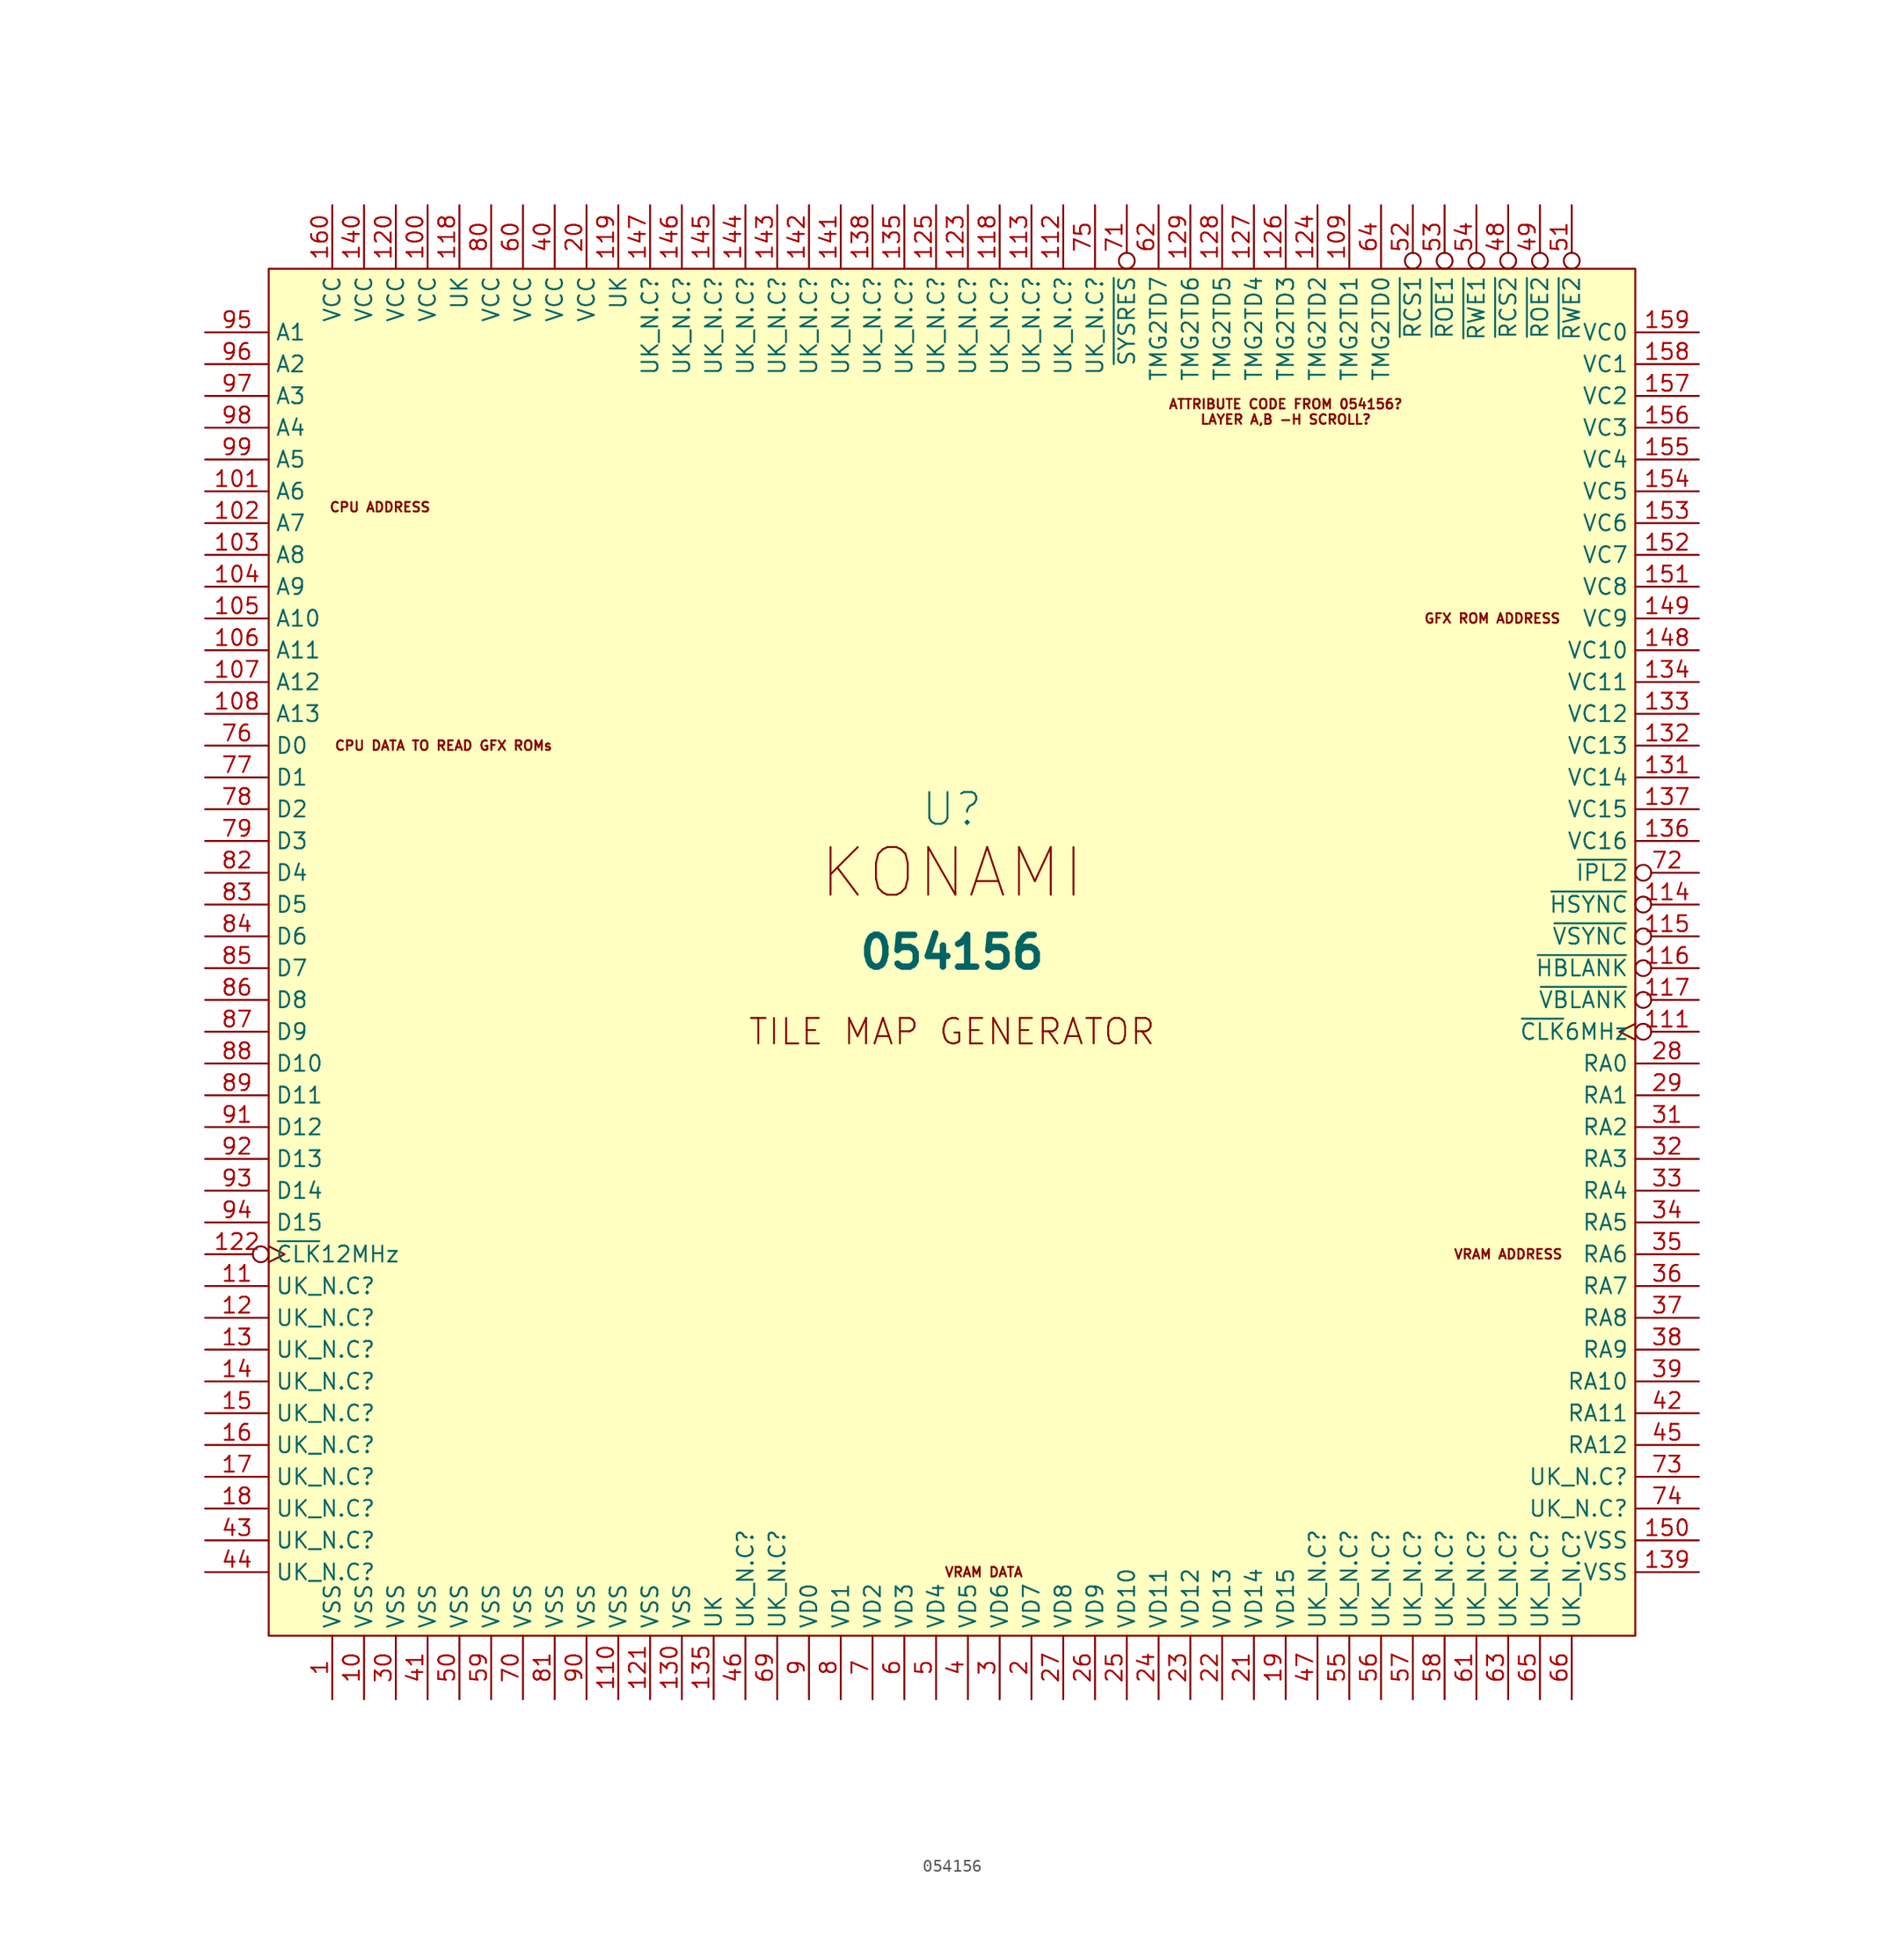
<source format=kicad_sym>
(kicad_symbol_lib
  (version 20231120)
  (generator "kicad_symbol_editor")
  (generator_version "8.0")
  (symbol "054156"
    (property "Reference" "U"
      (at 0 11.43 0)
      (effects (font (size 2.54 2.54))))
    (property "Value" "054156"
      (at 0 0 0)
      (effects (font (size 2.54 2.54) (bold yes))))
    (symbol "054156_0_0"
      (text "CPU ADDRESS" (at -45.72 35.56 0) (effects (font (size 0.762 0.762))))
      (text "CPU DATA TO READ GFX ROMs" (at -40.64 16.51 0) (effects (font (size 0.762 0.762)))))
    (symbol "054156_0_1"
      (rectangle (start -54.61 54.61) (end 54.61 -54.61) (stroke (width 0.152) (type default)) (fill (type background))))
    (symbol "054156_1_0"
      (text "GFX ROM ADDRESS" (at 43.18 26.67 0) (effects (font (size 0.762 0.762))))
      (text "KONAMI" (at 0 6.35 0) (effects (font (size 3.81 3.81))))
      (text "TILE MAP GENERATOR" (at 0 -6.35 0) (effects (font (size 2.032 2.032))))
      (text "VRAM ADDRESS" (at 44.45 -24.13 0) (effects (font (size 0.762 0.762))))
      (text "VRAM DATA" (at 2.54 -49.53 0) (effects (font (size 0.762 0.762)))))
    (symbol "054156_1_1"
      (text "ATTRIBUTE CODE FROM 054156?\nLAYER A,B -H SCROLL?" (at 26.67 43.18 0) (effects (font (size 0.762 0.762))))
      (pin power_in line (at -49.53 -59.69 90) (length 5.08) (name "VSS" (effects (font (size 1.27 1.27)))) (number "1" (effects (font (size 1.27 1.27)))))
      (pin power_in line (at -46.99 -59.69 90) (length 5.08) (name "VSS" (effects (font (size 1.27 1.27)))) (number "10" (effects (font (size 1.27 1.27)))))
      (pin power_in line (at -41.91 59.69 270) (length 5.08) (name "VCC" (effects (font (size 1.27 1.27)))) (number "100" (effects (font (size 1.27 1.27)))))
      (pin input line (at -59.69 36.83 0) (length 5.08) (name "A6" (effects (font (size 1.27 1.27)))) (number "101" (effects (font (size 1.27 1.27)))))
      (pin input line (at -59.69 34.29 0) (length 5.08) (name "A7" (effects (font (size 1.27 1.27)))) (number "102" (effects (font (size 1.27 1.27)))))
      (pin input line (at -59.69 31.75 0) (length 5.08) (name "A8" (effects (font (size 1.27 1.27)))) (number "103" (effects (font (size 1.27 1.27)))))
      (pin input line (at -59.69 29.21 0) (length 5.08) (name "A9" (effects (font (size 1.27 1.27)))) (number "104" (effects (font (size 1.27 1.27)))))
      (pin input line (at -59.69 26.67 0) (length 5.08) (name "A10" (effects (font (size 1.27 1.27)))) (number "105" (effects (font (size 1.27 1.27)))))
      (pin input line (at -59.69 24.13 0) (length 5.08) (name "A11" (effects (font (size 1.27 1.27)))) (number "106" (effects (font (size 1.27 1.27)))))
      (pin input line (at -59.69 21.59 0) (length 5.08) (name "A12" (effects (font (size 1.27 1.27)))) (number "107" (effects (font (size 1.27 1.27)))))
      (pin input line (at -59.69 19.05 0) (length 5.08) (name "A13" (effects (font (size 1.27 1.27)))) (number "108" (effects (font (size 1.27 1.27)))))
      (pin output line (at 31.75 59.69 270) (length 5.08) (name "TMG2TD1" (effects (font (size 1.27 1.27)))) (number "109" (effects (font (size 1.27 1.27)))))
      (pin bidirectional line (at -59.69 -26.67 0) (length 5.08) (name "UK_N.C?" (effects (font (size 1.27 1.27)))) (number "11" (effects (font (size 1.27 1.27)))))
      (pin power_in line (at -26.67 -59.69 90) (length 5.08) (name "VSS" (effects (font (size 1.27 1.27)))) (number "110" (effects (font (size 1.27 1.27)))))
      (pin output inverted_clock (at 59.69 -6.35 180) (length 5.08) (name "~{CLK}6MHz" (effects (font (size 1.27 1.27)))) (number "111" (effects (font (size 1.27 1.27)))))
      (pin bidirectional line (at 8.89 59.69 270) (length 5.08) (name "UK_N.C?" (effects (font (size 1.27 1.27)))) (number "112" (effects (font (size 1.27 1.27)))))
      (pin bidirectional line (at 6.35 59.69 270) (length 5.08) (name "UK_N.C?" (effects (font (size 1.27 1.27)))) (number "113" (effects (font (size 1.27 1.27)))))
      (pin output inverted (at 59.69 3.81 180) (length 5.08) (name "~{HSYNC}" (effects (font (size 1.27 1.27)))) (number "114" (effects (font (size 1.27 1.27)))))
      (pin output inverted (at 59.69 1.27 180) (length 5.08) (name "~{VSYNC}" (effects (font (size 1.27 1.27)))) (number "115" (effects (font (size 1.27 1.27)))))
      (pin output inverted (at 59.69 -1.27 180) (length 5.08) (name "~{HBLANK}" (effects (font (size 1.27 1.27)))) (number "116" (effects (font (size 1.27 1.27)))))
      (pin output inverted (at 59.69 -3.81 180) (length 5.08) (name "~{VBLANK}" (effects (font (size 1.27 1.27)))) (number "117" (effects (font (size 1.27 1.27)))))
      (pin power_in line (at -39.37 59.69 270) (length 5.08) (name "UK" (effects (font (size 1.27 1.27)))) (number "118" (effects (font (size 1.27 1.27)))))
      (pin bidirectional line (at 3.81 59.69 270) (length 5.08) (name "UK_N.C?" (effects (font (size 1.27 1.27)))) (number "118" (effects (font (size 1.27 1.27)))))
      (pin power_in line (at -26.67 59.69 270) (length 5.08) (name "UK" (effects (font (size 1.27 1.27)))) (number "119" (effects (font (size 1.27 1.27)))))
      (pin bidirectional line (at -59.69 -29.21 0) (length 5.08) (name "UK_N.C?" (effects (font (size 1.27 1.27)))) (number "12" (effects (font (size 1.27 1.27)))))
      (pin power_in line (at -44.45 59.69 270) (length 5.08) (name "VCC" (effects (font (size 1.27 1.27)))) (number "120" (effects (font (size 1.27 1.27)))))
      (pin power_in line (at -24.13 -59.69 90) (length 5.08) (name "VSS" (effects (font (size 1.27 1.27)))) (number "121" (effects (font (size 1.27 1.27)))))
      (pin input inverted_clock (at -59.69 -24.13 0) (length 5.08) (name "~{CLK}12MHz" (effects (font (size 1.27 1.27)))) (number "122" (effects (font (size 1.27 1.27)))))
      (pin bidirectional line (at 1.27 59.69 270) (length 5.08) (name "UK_N.C?" (effects (font (size 1.27 1.27)))) (number "123" (effects (font (size 1.27 1.27)))))
      (pin output line (at 29.21 59.69 270) (length 5.08) (name "TMG2TD2" (effects (font (size 1.27 1.27)))) (number "124" (effects (font (size 1.27 1.27)))))
      (pin bidirectional line (at -1.27 59.69 270) (length 5.08) (name "UK_N.C?" (effects (font (size 1.27 1.27)))) (number "125" (effects (font (size 1.27 1.27)))))
      (pin output line (at 26.67 59.69 270) (length 5.08) (name "TMG2TD3" (effects (font (size 1.27 1.27)))) (number "126" (effects (font (size 1.27 1.27)))))
      (pin output line (at 24.13 59.69 270) (length 5.08) (name "TMG2TD4" (effects (font (size 1.27 1.27)))) (number "127" (effects (font (size 1.27 1.27)))))
      (pin output line (at 21.59 59.69 270) (length 5.08) (name "TMG2TD5" (effects (font (size 1.27 1.27)))) (number "128" (effects (font (size 1.27 1.27)))))
      (pin output line (at 19.05 59.69 270) (length 5.08) (name "TMG2TD6" (effects (font (size 1.27 1.27)))) (number "129" (effects (font (size 1.27 1.27)))))
      (pin bidirectional line (at -59.69 -31.75 0) (length 5.08) (name "UK_N.C?" (effects (font (size 1.27 1.27)))) (number "13" (effects (font (size 1.27 1.27)))))
      (pin power_in line (at -21.59 -59.69 90) (length 5.08) (name "VSS" (effects (font (size 1.27 1.27)))) (number "130" (effects (font (size 1.27 1.27)))))
      (pin bidirectional line (at 59.69 13.97 180) (length 5.08) (name "VC14" (effects (font (size 1.27 1.27)))) (number "131" (effects (font (size 1.27 1.27)))))
      (pin bidirectional line (at 59.69 16.51 180) (length 5.08) (name "VC13" (effects (font (size 1.27 1.27)))) (number "132" (effects (font (size 1.27 1.27)))))
      (pin bidirectional line (at 59.69 19.05 180) (length 5.08) (name "VC12" (effects (font (size 1.27 1.27)))) (number "133" (effects (font (size 1.27 1.27)))))
      (pin bidirectional line (at 59.69 21.59 180) (length 5.08) (name "VC11" (effects (font (size 1.27 1.27)))) (number "134" (effects (font (size 1.27 1.27)))))
      (pin power_in line (at -19.05 -59.69 90) (length 5.08) (name "UK" (effects (font (size 1.27 1.27)))) (number "135" (effects (font (size 1.27 1.27)))))
      (pin bidirectional line (at -3.81 59.69 270) (length 5.08) (name "UK_N.C?" (effects (font (size 1.27 1.27)))) (number "135" (effects (font (size 1.27 1.27)))))
      (pin bidirectional line (at 59.69 8.89 180) (length 5.08) (name "VC16" (effects (font (size 1.27 1.27)))) (number "136" (effects (font (size 1.27 1.27)))))
      (pin bidirectional line (at 59.69 11.43 180) (length 5.08) (name "VC15" (effects (font (size 1.27 1.27)))) (number "137" (effects (font (size 1.27 1.27)))))
      (pin bidirectional line (at -6.35 59.69 270) (length 5.08) (name "UK_N.C?" (effects (font (size 1.27 1.27)))) (number "138" (effects (font (size 1.27 1.27)))))
      (pin power_in line (at 59.69 -49.53 180) (length 5.08) (name "VSS" (effects (font (size 1.27 1.27)))) (number "139" (effects (font (size 1.27 1.27)))))
      (pin bidirectional line (at -59.69 -34.29 0) (length 5.08) (name "UK_N.C?" (effects (font (size 1.27 1.27)))) (number "14" (effects (font (size 1.27 1.27)))))
      (pin power_in line (at -46.99 59.69 270) (length 5.08) (name "VCC" (effects (font (size 1.27 1.27)))) (number "140" (effects (font (size 1.27 1.27)))))
      (pin bidirectional line (at -8.89 59.69 270) (length 5.08) (name "UK_N.C?" (effects (font (size 1.27 1.27)))) (number "141" (effects (font (size 1.27 1.27)))))
      (pin bidirectional line (at -11.43 59.69 270) (length 5.08) (name "UK_N.C?" (effects (font (size 1.27 1.27)))) (number "142" (effects (font (size 1.27 1.27)))))
      (pin bidirectional line (at -13.97 59.69 270) (length 5.08) (name "UK_N.C?" (effects (font (size 1.27 1.27)))) (number "143" (effects (font (size 1.27 1.27)))))
      (pin bidirectional line (at -16.51 59.69 270) (length 5.08) (name "UK_N.C?" (effects (font (size 1.27 1.27)))) (number "144" (effects (font (size 1.27 1.27)))))
      (pin bidirectional line (at -19.05 59.69 270) (length 5.08) (name "UK_N.C?" (effects (font (size 1.27 1.27)))) (number "145" (effects (font (size 1.27 1.27)))))
      (pin bidirectional line (at -21.59 59.69 270) (length 5.08) (name "UK_N.C?" (effects (font (size 1.27 1.27)))) (number "146" (effects (font (size 1.27 1.27)))))
      (pin bidirectional line (at -24.13 59.69 270) (length 5.08) (name "UK_N.C?" (effects (font (size 1.27 1.27)))) (number "147" (effects (font (size 1.27 1.27)))))
      (pin bidirectional line (at 59.69 24.13 180) (length 5.08) (name "VC10" (effects (font (size 1.27 1.27)))) (number "148" (effects (font (size 1.27 1.27)))))
      (pin bidirectional line (at 59.69 26.67 180) (length 5.08) (name "VC9" (effects (font (size 1.27 1.27)))) (number "149" (effects (font (size 1.27 1.27)))))
      (pin bidirectional line (at -59.69 -36.83 0) (length 5.08) (name "UK_N.C?" (effects (font (size 1.27 1.27)))) (number "15" (effects (font (size 1.27 1.27)))))
      (pin power_in line (at 59.69 -46.99 180) (length 5.08) (name "VSS" (effects (font (size 1.27 1.27)))) (number "150" (effects (font (size 1.27 1.27)))))
      (pin bidirectional line (at 59.69 29.21 180) (length 5.08) (name "VC8" (effects (font (size 1.27 1.27)))) (number "151" (effects (font (size 1.27 1.27)))))
      (pin bidirectional line (at 59.69 31.75 180) (length 5.08) (name "VC7" (effects (font (size 1.27 1.27)))) (number "152" (effects (font (size 1.27 1.27)))))
      (pin bidirectional line (at 59.69 34.29 180) (length 5.08) (name "VC6" (effects (font (size 1.27 1.27)))) (number "153" (effects (font (size 1.27 1.27)))))
      (pin bidirectional line (at 59.69 36.83 180) (length 5.08) (name "VC5" (effects (font (size 1.27 1.27)))) (number "154" (effects (font (size 1.27 1.27)))))
      (pin bidirectional line (at 59.69 39.37 180) (length 5.08) (name "VC4" (effects (font (size 1.27 1.27)))) (number "155" (effects (font (size 1.27 1.27)))))
      (pin bidirectional line (at 59.69 41.91 180) (length 5.08) (name "VC3" (effects (font (size 1.27 1.27)))) (number "156" (effects (font (size 1.27 1.27)))))
      (pin bidirectional line (at 59.69 44.45 180) (length 5.08) (name "VC2" (effects (font (size 1.27 1.27)))) (number "157" (effects (font (size 1.27 1.27)))))
      (pin bidirectional line (at 59.69 46.99 180) (length 5.08) (name "VC1" (effects (font (size 1.27 1.27)))) (number "158" (effects (font (size 1.27 1.27)))))
      (pin bidirectional line (at 59.69 49.53 180) (length 5.08) (name "VC0" (effects (font (size 1.27 1.27)))) (number "159" (effects (font (size 1.27 1.27)))))
      (pin bidirectional line (at -59.69 -39.37 0) (length 5.08) (name "UK_N.C?" (effects (font (size 1.27 1.27)))) (number "16" (effects (font (size 1.27 1.27)))))
      (pin power_in line (at -49.53 59.69 270) (length 5.08) (name "VCC" (effects (font (size 1.27 1.27)))) (number "160" (effects (font (size 1.27 1.27)))))
      (pin bidirectional line (at -59.69 -41.91 0) (length 5.08) (name "UK_N.C?" (effects (font (size 1.27 1.27)))) (number "17" (effects (font (size 1.27 1.27)))))
      (pin bidirectional line (at -59.69 -44.45 0) (length 5.08) (name "UK_N.C?" (effects (font (size 1.27 1.27)))) (number "18" (effects (font (size 1.27 1.27)))))
      (pin bidirectional line (at 26.67 -59.69 90) (length 5.08) (name "VD15" (effects (font (size 1.27 1.27)))) (number "19" (effects (font (size 1.27 1.27)))))
      (pin bidirectional line (at 6.35 -59.69 90) (length 5.08) (name "VD7" (effects (font (size 1.27 1.27)))) (number "2" (effects (font (size 1.27 1.27)))))
      (pin power_in line (at -29.21 59.69 270) (length 5.08) (name "VCC" (effects (font (size 1.27 1.27)))) (number "20" (effects (font (size 1.27 1.27)))))
      (pin bidirectional line (at 24.13 -59.69 90) (length 5.08) (name "VD14" (effects (font (size 1.27 1.27)))) (number "21" (effects (font (size 1.27 1.27)))))
      (pin bidirectional line (at 21.59 -59.69 90) (length 5.08) (name "VD13" (effects (font (size 1.27 1.27)))) (number "22" (effects (font (size 1.27 1.27)))))
      (pin bidirectional line (at 19.05 -59.69 90) (length 5.08) (name "VD12" (effects (font (size 1.27 1.27)))) (number "23" (effects (font (size 1.27 1.27)))))
      (pin bidirectional line (at 16.51 -59.69 90) (length 5.08) (name "VD11" (effects (font (size 1.27 1.27)))) (number "24" (effects (font (size 1.27 1.27)))))
      (pin bidirectional line (at 13.97 -59.69 90) (length 5.08) (name "VD10" (effects (font (size 1.27 1.27)))) (number "25" (effects (font (size 1.27 1.27)))))
      (pin bidirectional line (at 11.43 -59.69 90) (length 5.08) (name "VD9" (effects (font (size 1.27 1.27)))) (number "26" (effects (font (size 1.27 1.27)))))
      (pin bidirectional line (at 8.89 -59.69 90) (length 5.08) (name "VD8" (effects (font (size 1.27 1.27)))) (number "27" (effects (font (size 1.27 1.27)))))
      (pin output line (at 59.69 -8.89 180) (length 5.08) (name "RA0" (effects (font (size 1.27 1.27)))) (number "28" (effects (font (size 1.27 1.27)))))
      (pin output line (at 59.69 -11.43 180) (length 5.08) (name "RA1" (effects (font (size 1.27 1.27)))) (number "29" (effects (font (size 1.27 1.27)))))
      (pin bidirectional line (at 3.81 -59.69 90) (length 5.08) (name "VD6" (effects (font (size 1.27 1.27)))) (number "3" (effects (font (size 1.27 1.27)))))
      (pin power_in line (at -44.45 -59.69 90) (length 5.08) (name "VSS" (effects (font (size 1.27 1.27)))) (number "30" (effects (font (size 1.27 1.27)))))
      (pin output line (at 59.69 -13.97 180) (length 5.08) (name "RA2" (effects (font (size 1.27 1.27)))) (number "31" (effects (font (size 1.27 1.27)))))
      (pin output line (at 59.69 -16.51 180) (length 5.08) (name "RA3" (effects (font (size 1.27 1.27)))) (number "32" (effects (font (size 1.27 1.27)))))
      (pin output line (at 59.69 -19.05 180) (length 5.08) (name "RA4" (effects (font (size 1.27 1.27)))) (number "33" (effects (font (size 1.27 1.27)))))
      (pin output line (at 59.69 -21.59 180) (length 5.08) (name "RA5" (effects (font (size 1.27 1.27)))) (number "34" (effects (font (size 1.27 1.27)))))
      (pin output line (at 59.69 -24.13 180) (length 5.08) (name "RA6" (effects (font (size 1.27 1.27)))) (number "35" (effects (font (size 1.27 1.27)))))
      (pin output line (at 59.69 -26.67 180) (length 5.08) (name "RA7" (effects (font (size 1.27 1.27)))) (number "36" (effects (font (size 1.27 1.27)))))
      (pin output line (at 59.69 -29.21 180) (length 5.08) (name "RA8" (effects (font (size 1.27 1.27)))) (number "37" (effects (font (size 1.27 1.27)))))
      (pin output line (at 59.69 -31.75 180) (length 5.08) (name "RA9" (effects (font (size 1.27 1.27)))) (number "38" (effects (font (size 1.27 1.27)))))
      (pin output line (at 59.69 -34.29 180) (length 5.08) (name "RA10" (effects (font (size 1.27 1.27)))) (number "39" (effects (font (size 1.27 1.27)))))
      (pin bidirectional line (at 1.27 -59.69 90) (length 5.08) (name "VD5" (effects (font (size 1.27 1.27)))) (number "4" (effects (font (size 1.27 1.27)))))
      (pin power_in line (at -31.75 59.69 270) (length 5.08) (name "VCC" (effects (font (size 1.27 1.27)))) (number "40" (effects (font (size 1.27 1.27)))))
      (pin power_in line (at -41.91 -59.69 90) (length 5.08) (name "VSS" (effects (font (size 1.27 1.27)))) (number "41" (effects (font (size 1.27 1.27)))))
      (pin output line (at 59.69 -36.83 180) (length 5.08) (name "RA11" (effects (font (size 1.27 1.27)))) (number "42" (effects (font (size 1.27 1.27)))))
      (pin bidirectional line (at -59.69 -46.99 0) (length 5.08) (name "UK_N.C?" (effects (font (size 1.27 1.27)))) (number "43" (effects (font (size 1.27 1.27)))))
      (pin bidirectional line (at -59.69 -49.53 0) (length 5.08) (name "UK_N.C?" (effects (font (size 1.27 1.27)))) (number "44" (effects (font (size 1.27 1.27)))))
      (pin output line (at 59.69 -39.37 180) (length 5.08) (name "RA12" (effects (font (size 1.27 1.27)))) (number "45" (effects (font (size 1.27 1.27)))))
      (pin bidirectional line (at -16.51 -59.69 90) (length 5.08) (name "UK_N.C?" (effects (font (size 1.27 1.27)))) (number "46" (effects (font (size 1.27 1.27)))))
      (pin bidirectional line (at 29.21 -59.69 90) (length 5.08) (name "UK_N.C?" (effects (font (size 1.27 1.27)))) (number "47" (effects (font (size 1.27 1.27)))))
      (pin output inverted (at 44.45 59.69 270) (length 5.08) (name "~{RCS2}" (effects (font (size 1.27 1.27)))) (number "48" (effects (font (size 1.27 1.27)))))
      (pin output inverted (at 46.99 59.69 270) (length 5.08) (name "~{ROE2}" (effects (font (size 1.27 1.27)))) (number "49" (effects (font (size 1.27 1.27)))))
      (pin bidirectional line (at -1.27 -59.69 90) (length 5.08) (name "VD4" (effects (font (size 1.27 1.27)))) (number "5" (effects (font (size 1.27 1.27)))))
      (pin power_in line (at -39.37 -59.69 90) (length 5.08) (name "VSS" (effects (font (size 1.27 1.27)))) (number "50" (effects (font (size 1.27 1.27)))))
      (pin output inverted (at 49.53 59.69 270) (length 5.08) (name "~{RWE2}" (effects (font (size 1.27 1.27)))) (number "51" (effects (font (size 1.27 1.27)))))
      (pin output inverted (at 36.83 59.69 270) (length 5.08) (name "~{RCS1}" (effects (font (size 1.27 1.27)))) (number "52" (effects (font (size 1.27 1.27)))))
      (pin output inverted (at 39.37 59.69 270) (length 5.08) (name "~{ROE1}" (effects (font (size 1.27 1.27)))) (number "53" (effects (font (size 1.27 1.27)))))
      (pin output inverted (at 41.91 59.69 270) (length 5.08) (name "~{RWE1}" (effects (font (size 1.27 1.27)))) (number "54" (effects (font (size 1.27 1.27)))))
      (pin bidirectional line (at 31.75 -59.69 90) (length 5.08) (name "UK_N.C?" (effects (font (size 1.27 1.27)))) (number "55" (effects (font (size 1.27 1.27)))))
      (pin bidirectional line (at 34.29 -59.69 90) (length 5.08) (name "UK_N.C?" (effects (font (size 1.27 1.27)))) (number "56" (effects (font (size 1.27 1.27)))))
      (pin bidirectional line (at 36.83 -59.69 90) (length 5.08) (name "UK_N.C?" (effects (font (size 1.27 1.27)))) (number "57" (effects (font (size 1.27 1.27)))))
      (pin bidirectional line (at 39.37 -59.69 90) (length 5.08) (name "UK_N.C?" (effects (font (size 1.27 1.27)))) (number "58" (effects (font (size 1.27 1.27)))))
      (pin power_in line (at -36.83 -59.69 90) (length 5.08) (name "VSS" (effects (font (size 1.27 1.27)))) (number "59" (effects (font (size 1.27 1.27)))))
      (pin bidirectional line (at -3.81 -59.69 90) (length 5.08) (name "VD3" (effects (font (size 1.27 1.27)))) (number "6" (effects (font (size 1.27 1.27)))))
      (pin power_in line (at -34.29 59.69 270) (length 5.08) (name "VCC" (effects (font (size 1.27 1.27)))) (number "60" (effects (font (size 1.27 1.27)))))
      (pin bidirectional line (at 41.91 -59.69 90) (length 5.08) (name "UK_N.C?" (effects (font (size 1.27 1.27)))) (number "61" (effects (font (size 1.27 1.27)))))
      (pin output line (at 16.51 59.69 270) (length 5.08) (name "TMG2TD7" (effects (font (size 1.27 1.27)))) (number "62" (effects (font (size 1.27 1.27)))))
      (pin bidirectional line (at 44.45 -59.69 90) (length 5.08) (name "UK_N.C?" (effects (font (size 1.27 1.27)))) (number "63" (effects (font (size 1.27 1.27)))))
      (pin output line (at 34.29 59.69 270) (length 5.08) (name "TMG2TD0" (effects (font (size 1.27 1.27)))) (number "64" (effects (font (size 1.27 1.27)))))
      (pin bidirectional line (at 46.99 -59.69 90) (length 5.08) (name "UK_N.C?" (effects (font (size 1.27 1.27)))) (number "65" (effects (font (size 1.27 1.27)))))
      (pin bidirectional line (at 49.53 -59.69 90) (length 5.08) (name "UK_N.C?" (effects (font (size 1.27 1.27)))) (number "66" (effects (font (size 1.27 1.27)))))
      (pin bidirectional line (at -13.97 -59.69 90) (length 5.08) (name "UK_N.C?" (effects (font (size 1.27 1.27)))) (number "69" (effects (font (size 1.27 1.27)))))
      (pin bidirectional line (at -6.35 -59.69 90) (length 5.08) (name "VD2" (effects (font (size 1.27 1.27)))) (number "7" (effects (font (size 1.27 1.27)))))
      (pin power_in line (at -34.29 -59.69 90) (length 5.08) (name "VSS" (effects (font (size 1.27 1.27)))) (number "70" (effects (font (size 1.27 1.27)))))
      (pin output inverted (at 13.97 59.69 270) (length 5.08) (name "~{SYSRES}" (effects (font (size 1.27 1.27)))) (number "71" (effects (font (size 1.27 1.27)))))
      (pin output inverted (at 59.69 6.35 180) (length 5.08) (name "~{IPL2}" (effects (font (size 1.27 1.27)))) (number "72" (effects (font (size 1.27 1.27)))))
      (pin bidirectional line (at 59.69 -41.91 180) (length 5.08) (name "UK_N.C?" (effects (font (size 1.27 1.27)))) (number "73" (effects (font (size 1.27 1.27)))))
      (pin bidirectional line (at 59.69 -44.45 180) (length 5.08) (name "UK_N.C?" (effects (font (size 1.27 1.27)))) (number "74" (effects (font (size 1.27 1.27)))))
      (pin bidirectional line (at 11.43 59.69 270) (length 5.08) (name "UK_N.C?" (effects (font (size 1.27 1.27)))) (number "75" (effects (font (size 1.27 1.27)))))
      (pin bidirectional line (at -59.69 16.51 0) (length 5.08) (name "D0" (effects (font (size 1.27 1.27)))) (number "76" (effects (font (size 1.27 1.27)))))
      (pin bidirectional line (at -59.69 13.97 0) (length 5.08) (name "D1" (effects (font (size 1.27 1.27)))) (number "77" (effects (font (size 1.27 1.27)))))
      (pin bidirectional line (at -59.69 11.43 0) (length 5.08) (name "D2" (effects (font (size 1.27 1.27)))) (number "78" (effects (font (size 1.27 1.27)))))
      (pin bidirectional line (at -59.69 8.89 0) (length 5.08) (name "D3" (effects (font (size 1.27 1.27)))) (number "79" (effects (font (size 1.27 1.27)))))
      (pin bidirectional line (at -8.89 -59.69 90) (length 5.08) (name "VD1" (effects (font (size 1.27 1.27)))) (number "8" (effects (font (size 1.27 1.27)))))
      (pin power_in line (at -36.83 59.69 270) (length 5.08) (name "VCC" (effects (font (size 1.27 1.27)))) (number "80" (effects (font (size 1.27 1.27)))))
      (pin power_in line (at -31.75 -59.69 90) (length 5.08) (name "VSS" (effects (font (size 1.27 1.27)))) (number "81" (effects (font (size 1.27 1.27)))))
      (pin bidirectional line (at -59.69 6.35 0) (length 5.08) (name "D4" (effects (font (size 1.27 1.27)))) (number "82" (effects (font (size 1.27 1.27)))))
      (pin bidirectional line (at -59.69 3.81 0) (length 5.08) (name "D5" (effects (font (size 1.27 1.27)))) (number "83" (effects (font (size 1.27 1.27)))))
      (pin bidirectional line (at -59.69 1.27 0) (length 5.08) (name "D6" (effects (font (size 1.27 1.27)))) (number "84" (effects (font (size 1.27 1.27)))))
      (pin bidirectional line (at -59.69 -1.27 0) (length 5.08) (name "D7" (effects (font (size 1.27 1.27)))) (number "85" (effects (font (size 1.27 1.27)))))
      (pin bidirectional line (at -59.69 -3.81 0) (length 5.08) (name "D8" (effects (font (size 1.27 1.27)))) (number "86" (effects (font (size 1.27 1.27)))))
      (pin bidirectional line (at -59.69 -6.35 0) (length 5.08) (name "D9" (effects (font (size 1.27 1.27)))) (number "87" (effects (font (size 1.27 1.27)))))
      (pin bidirectional line (at -59.69 -8.89 0) (length 5.08) (name "D10" (effects (font (size 1.27 1.27)))) (number "88" (effects (font (size 1.27 1.27)))))
      (pin bidirectional line (at -59.69 -11.43 0) (length 5.08) (name "D11" (effects (font (size 1.27 1.27)))) (number "89" (effects (font (size 1.27 1.27)))))
      (pin bidirectional line (at -11.43 -59.69 90) (length 5.08) (name "VD0" (effects (font (size 1.27 1.27)))) (number "9" (effects (font (size 1.27 1.27)))))
      (pin power_in line (at -29.21 -59.69 90) (length 5.08) (name "VSS" (effects (font (size 1.27 1.27)))) (number "90" (effects (font (size 1.27 1.27)))))
      (pin bidirectional line (at -59.69 -13.97 0) (length 5.08) (name "D12" (effects (font (size 1.27 1.27)))) (number "91" (effects (font (size 1.27 1.27)))))
      (pin bidirectional line (at -59.69 -16.51 0) (length 5.08) (name "D13" (effects (font (size 1.27 1.27)))) (number "92" (effects (font (size 1.27 1.27)))))
      (pin bidirectional line (at -59.69 -19.05 0) (length 5.08) (name "D14" (effects (font (size 1.27 1.27)))) (number "93" (effects (font (size 1.27 1.27)))))
      (pin bidirectional line (at -59.69 -21.59 0) (length 5.08) (name "D15" (effects (font (size 1.27 1.27)))) (number "94" (effects (font (size 1.27 1.27)))))
      (pin input line (at -59.69 49.53 0) (length 5.08) (name "A1" (effects (font (size 1.27 1.27)))) (number "95" (effects (font (size 1.27 1.27)))))
      (pin input line (at -59.69 46.99 0) (length 5.08) (name "A2" (effects (font (size 1.27 1.27)))) (number "96" (effects (font (size 1.27 1.27)))))
      (pin input line (at -59.69 44.45 0) (length 5.08) (name "A3" (effects (font (size 1.27 1.27)))) (number "97" (effects (font (size 1.27 1.27)))))
      (pin input line (at -59.69 41.91 0) (length 5.08) (name "A4" (effects (font (size 1.27 1.27)))) (number "98" (effects (font (size 1.27 1.27)))))
      (pin input line (at -59.69 39.37 0) (length 5.08) (name "A5" (effects (font (size 1.27 1.27)))) (number "99" (effects (font (size 1.27 1.27))))))))
</source>
